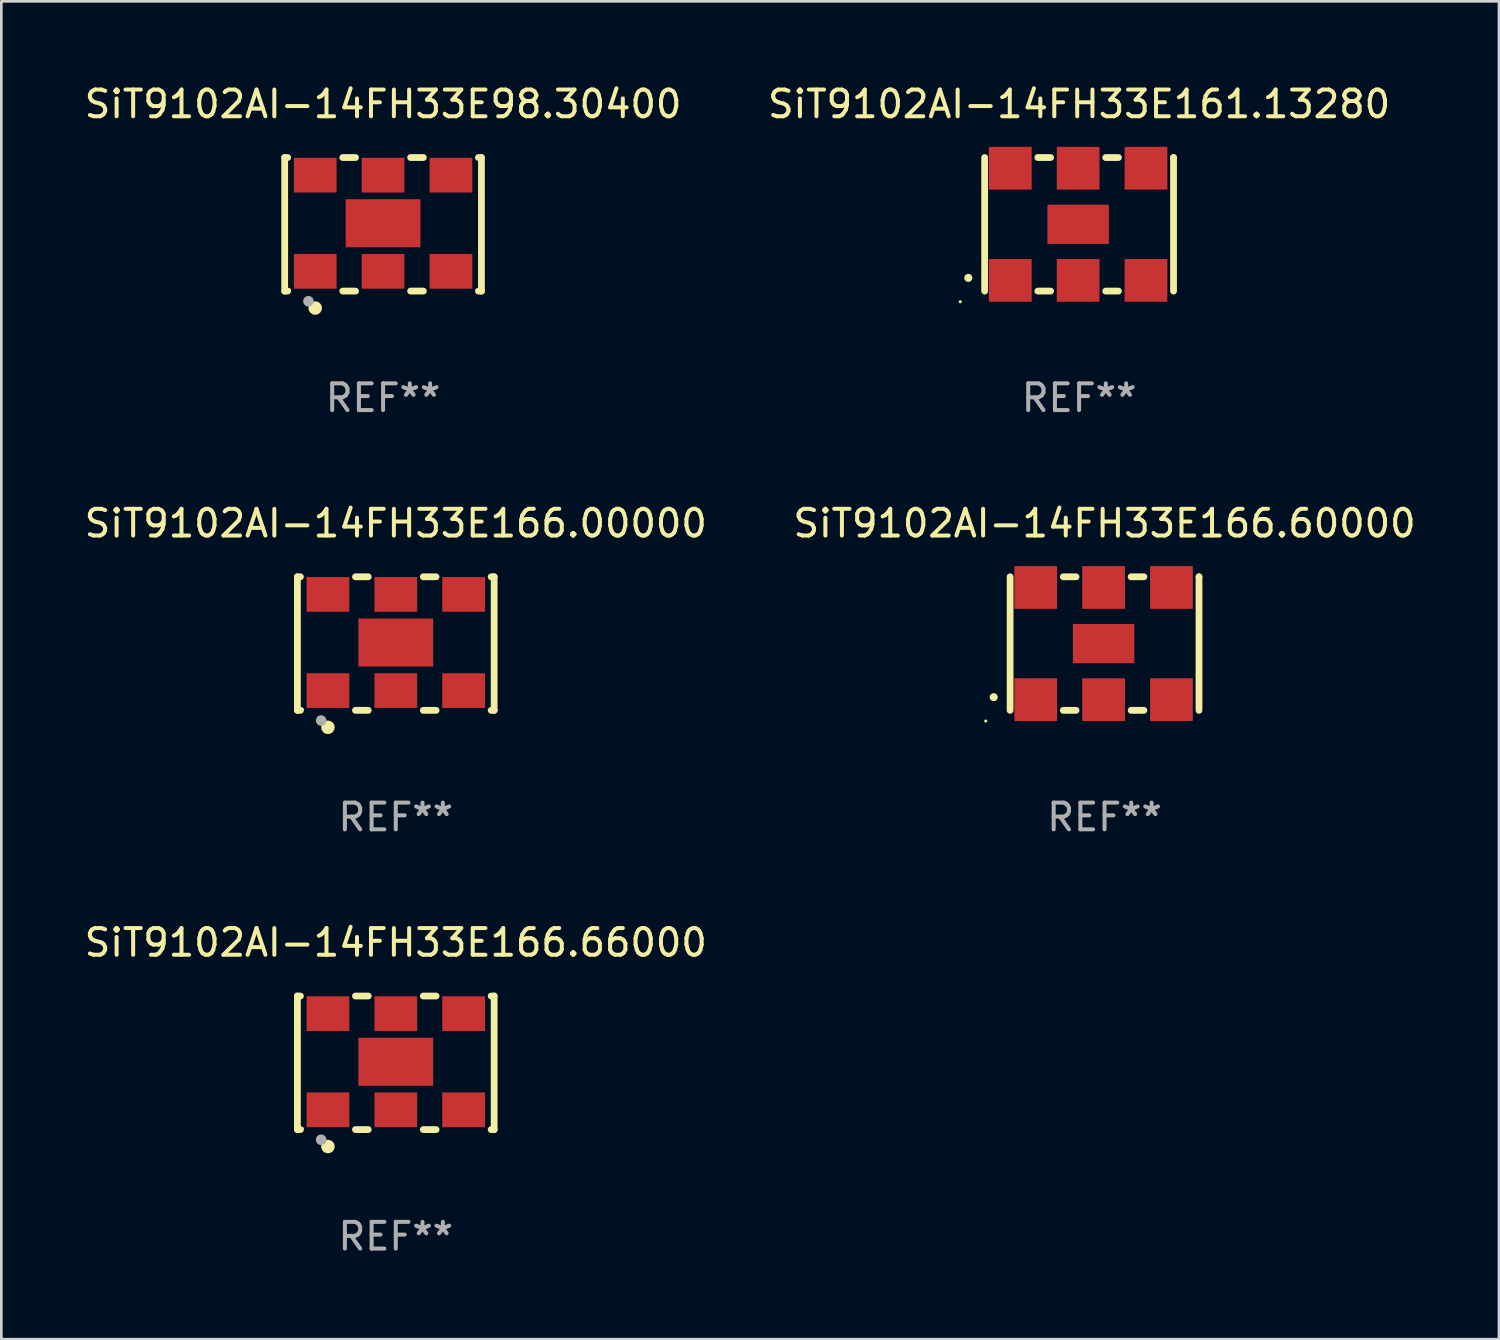
<source format=kicad_pcb>
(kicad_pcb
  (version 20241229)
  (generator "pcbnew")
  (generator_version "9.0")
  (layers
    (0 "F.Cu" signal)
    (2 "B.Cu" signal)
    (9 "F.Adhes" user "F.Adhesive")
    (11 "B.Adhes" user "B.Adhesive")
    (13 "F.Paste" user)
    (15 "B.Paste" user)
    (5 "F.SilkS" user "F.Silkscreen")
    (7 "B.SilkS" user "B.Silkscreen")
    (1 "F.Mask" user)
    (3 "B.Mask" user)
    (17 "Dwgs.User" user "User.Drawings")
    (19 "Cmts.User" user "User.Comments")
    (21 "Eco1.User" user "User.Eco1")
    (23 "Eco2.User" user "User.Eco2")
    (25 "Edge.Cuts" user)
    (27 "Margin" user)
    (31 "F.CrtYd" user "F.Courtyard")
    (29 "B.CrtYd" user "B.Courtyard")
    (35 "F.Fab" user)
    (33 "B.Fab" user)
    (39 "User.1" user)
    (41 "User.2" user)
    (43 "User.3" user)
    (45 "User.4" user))
  (footprint "SiT9102AI-14FH33E161.13280"
    (layer "F.Cu")
    (at 37.351 5.348)
    (property "Reference" "SiT9102AI-14FH33E161.13280" (at 0 -4.5 0) (layer "F.SilkS") (effects (font (size 1 1) (thickness 0.15))))
    (attr through_hole)
    (fp_line (start -3.536 -2.5) (end -3.536 2.5) (stroke (width 0.254) (type solid)) (layer "F.SilkS"))
    (fp_line (start -1.544 2.5) (end -1.067 2.5) (stroke (width 0.254) (type solid)) (layer "F.SilkS"))
    (fp_line (start -1.067 -2.5) (end -1.544 -2.5) (stroke (width 0.254) (type solid)) (layer "F.SilkS"))
    (fp_line (start 0.996 2.5) (end 1.473 2.5) (stroke (width 0.254) (type solid)) (layer "F.SilkS"))
    (fp_line (start 1.473 -2.5) (end 0.996 -2.5) (stroke (width 0.254) (type solid)) (layer "F.SilkS"))
    (fp_line (start 3.536 -2.5) (end 3.536 -2.5) (stroke (width 0.254) (type solid)) (layer "F.SilkS"))
    (fp_line (start 3.536 2.5) (end 3.536 -2.5) (stroke (width 0.254) (type solid)) (layer "F.SilkS"))
    (fp_arc (start -4.150432 2.006604) (mid -4.149162 2.006599) (end -4.147892 2.006604) (stroke (width 0.3) (type solid)) (layer "F.SilkS"))
    (fp_circle (center -4.449 2.9) (end -4.419 2.9) (stroke (width 0.06) (type solid)) (fill no) (layer "F.SilkS"))
    (fp_text user "REF**" (at 0 6.5 0) (layer "F.Fab") (effects (font (size 1 1) (thickness 0.15))))
    (pad "1" smd rect (at -2.576 2.1) (size 1.6 1.6) (layers "F.Cu" "F.Mask" "F.Paste"))
    (pad "2" smd rect (at -0.036 2.1) (size 1.6 1.6) (layers "F.Cu" "F.Mask" "F.Paste"))
    (pad "3" smd rect (at 2.504 2.1) (size 1.6 1.6) (layers "F.Cu" "F.Mask" "F.Paste"))
    (pad "4" smd rect (at 2.504 -2.1) (size 1.6 1.6) (layers "F.Cu" "F.Mask" "F.Paste"))
    (pad "5" smd rect (at -0.036 -2.1) (size 1.6 1.6) (layers "F.Cu" "F.Mask" "F.Paste"))
    (pad "6" smd rect (at -2.576 -2.1) (size 1.6 1.6) (layers "F.Cu" "F.Mask" "F.Paste"))
    (pad "7" smd rect (at -0.036 0) (size 2.3 1.47) (layers "F.Cu" "F.Mask" "F.Paste")))
  (footprint "SiT9102AI-14FH33E166.66000"
    (layer "F.Cu")
    (at 11.768 36.741)
    (property "Reference" "SiT9102AI-14FH33E166.66000" (at 0 -4.5 0) (layer "F.SilkS") (effects (font (size 1 1) (thickness 0.15))))
    (attr through_hole)
    (fp_line (start -3.683 -2.5) (end -3.571 -2.5) (stroke (width 0.254) (type solid)) (layer "F.SilkS"))
    (fp_line (start -3.683 2.5) (end -3.683 -2.5) (stroke (width 0.254) (type solid)) (layer "F.SilkS"))
    (fp_line (start -3.683 2.5) (end -3.571 2.5) (stroke (width 0.254) (type solid)) (layer "F.SilkS"))
    (fp_line (start -1.509 -2.5) (end -1.031 -2.5) (stroke (width 0.254) (type solid)) (layer "F.SilkS"))
    (fp_line (start -1.509 2.5) (end -1.031 2.5) (stroke (width 0.254) (type solid)) (layer "F.SilkS"))
    (fp_line (start 1.031 -2.5) (end 1.509 -2.5) (stroke (width 0.254) (type solid)) (layer "F.SilkS"))
    (fp_line (start 1.031 2.5) (end 1.509 2.5) (stroke (width 0.254) (type solid)) (layer "F.SilkS"))
    (fp_line (start 3.571 -2.5) (end 3.683 -2.5) (stroke (width 0.254) (type solid)) (layer "F.SilkS"))
    (fp_line (start 3.571 2.5) (end 3.683 2.5) (stroke (width 0.254) (type solid)) (layer "F.SilkS"))
    (fp_line (start 3.683 2.5) (end 3.683 -2.5) (stroke (width 0.254) (type solid)) (layer "F.SilkS"))
    (fp_circle (center -3.5 2.46) (end -3.47 2.46) (stroke (width 0.06) (type solid)) (fill no) (layer "F.SilkS"))
    (fp_circle (center -2.54 3.135) (end -2.413 3.135) (stroke (width 0.254) (type solid)) (fill no) (layer "F.SilkS"))
    (fp_circle (center -2.794 2.881) (end -2.694 2.881) (stroke (width 0.2) (type solid)) (fill no) (layer "F.Fab"))
    (fp_text user "REF**" (at 0 6.5 0) (layer "F.Fab") (effects (font (size 1 1) (thickness 0.15))))
    (pad "1" smd rect (at -2.54 1.76) (size 1.6 1.3) (layers "F.Cu" "F.Mask" "F.Paste"))
    (pad "2" smd rect (at 0 1.76) (size 1.6 1.3) (layers "F.Cu" "F.Mask" "F.Paste"))
    (pad "3" smd rect (at 2.54 1.76) (size 1.6 1.3) (layers "F.Cu" "F.Mask" "F.Paste"))
    (pad "4" smd rect (at 2.54 -1.84) (size 1.6 1.3) (layers "F.Cu" "F.Mask" "F.Paste"))
    (pad "5" smd rect (at 0 -1.84) (size 1.6 1.3) (layers "F.Cu" "F.Mask" "F.Paste"))
    (pad "6" smd rect (at -2.54 -1.84) (size 1.6 1.3) (layers "F.Cu" "F.Mask" "F.Paste"))
    (pad "7" smd rect (at 0 -0.04) (size 2.8 1.8) (layers "F.Cu" "F.Mask" "F.Paste")))
  (footprint "SiT9102AI-14FH33E166.00000"
    (layer "F.Cu")
    (at 11.768 21.045)
    (property "Reference" "SiT9102AI-14FH33E166.00000" (at 0 -4.5 0) (layer "F.SilkS") (effects (font (size 1 1) (thickness 0.15))))
    (attr through_hole)
    (fp_line (start -3.683 -2.5) (end -3.571 -2.5) (stroke (width 0.254) (type solid)) (layer "F.SilkS"))
    (fp_line (start -3.683 2.5) (end -3.683 -2.5) (stroke (width 0.254) (type solid)) (layer "F.SilkS"))
    (fp_line (start -3.683 2.5) (end -3.571 2.5) (stroke (width 0.254) (type solid)) (layer "F.SilkS"))
    (fp_line (start -1.509 -2.5) (end -1.031 -2.5) (stroke (width 0.254) (type solid)) (layer "F.SilkS"))
    (fp_line (start -1.509 2.5) (end -1.031 2.5) (stroke (width 0.254) (type solid)) (layer "F.SilkS"))
    (fp_line (start 1.031 -2.5) (end 1.509 -2.5) (stroke (width 0.254) (type solid)) (layer "F.SilkS"))
    (fp_line (start 1.031 2.5) (end 1.509 2.5) (stroke (width 0.254) (type solid)) (layer "F.SilkS"))
    (fp_line (start 3.571 -2.5) (end 3.683 -2.5) (stroke (width 0.254) (type solid)) (layer "F.SilkS"))
    (fp_line (start 3.571 2.5) (end 3.683 2.5) (stroke (width 0.254) (type solid)) (layer "F.SilkS"))
    (fp_line (start 3.683 2.5) (end 3.683 -2.5) (stroke (width 0.254) (type solid)) (layer "F.SilkS"))
    (fp_circle (center -3.5 2.46) (end -3.47 2.46) (stroke (width 0.06) (type solid)) (fill no) (layer "F.SilkS"))
    (fp_circle (center -2.54 3.135) (end -2.413 3.135) (stroke (width 0.254) (type solid)) (fill no) (layer "F.SilkS"))
    (fp_circle (center -2.794 2.881) (end -2.694 2.881) (stroke (width 0.2) (type solid)) (fill no) (layer "F.Fab"))
    (fp_text user "REF**" (at 0 6.5 0) (layer "F.Fab") (effects (font (size 1 1) (thickness 0.15))))
    (pad "1" smd rect (at -2.54 1.76) (size 1.6 1.3) (layers "F.Cu" "F.Mask" "F.Paste"))
    (pad "2" smd rect (at 0 1.76) (size 1.6 1.3) (layers "F.Cu" "F.Mask" "F.Paste"))
    (pad "3" smd rect (at 2.54 1.76) (size 1.6 1.3) (layers "F.Cu" "F.Mask" "F.Paste"))
    (pad "4" smd rect (at 2.54 -1.84) (size 1.6 1.3) (layers "F.Cu" "F.Mask" "F.Paste"))
    (pad "5" smd rect (at 0 -1.84) (size 1.6 1.3) (layers "F.Cu" "F.Mask" "F.Paste"))
    (pad "6" smd rect (at -2.54 -1.84) (size 1.6 1.3) (layers "F.Cu" "F.Mask" "F.Paste"))
    (pad "7" smd rect (at 0 -0.04) (size 2.8 1.8) (layers "F.Cu" "F.Mask" "F.Paste")))
  (footprint "SiT9102AI-14FH33E166.60000"
    (layer "F.Cu")
    (at 38.304 21.045)
    (property "Reference" "SiT9102AI-14FH33E166.60000" (at 0 -4.5 0) (layer "F.SilkS") (effects (font (size 1 1) (thickness 0.15))))
    (attr through_hole)
    (fp_line (start -3.536 -2.5) (end -3.536 2.5) (stroke (width 0.254) (type solid)) (layer "F.SilkS"))
    (fp_line (start -1.544 2.5) (end -1.067 2.5) (stroke (width 0.254) (type solid)) (layer "F.SilkS"))
    (fp_line (start -1.067 -2.5) (end -1.544 -2.5) (stroke (width 0.254) (type solid)) (layer "F.SilkS"))
    (fp_line (start 0.996 2.5) (end 1.473 2.5) (stroke (width 0.254) (type solid)) (layer "F.SilkS"))
    (fp_line (start 1.473 -2.5) (end 0.996 -2.5) (stroke (width 0.254) (type solid)) (layer "F.SilkS"))
    (fp_line (start 3.536 -2.5) (end 3.536 -2.5) (stroke (width 0.254) (type solid)) (layer "F.SilkS"))
    (fp_line (start 3.536 2.5) (end 3.536 -2.5) (stroke (width 0.254) (type solid)) (layer "F.SilkS"))
    (fp_arc (start -4.150432 2.006604) (mid -4.149162 2.006599) (end -4.147892 2.006604) (stroke (width 0.3) (type solid)) (layer "F.SilkS"))
    (fp_circle (center -4.449 2.9) (end -4.419 2.9) (stroke (width 0.06) (type solid)) (fill no) (layer "F.SilkS"))
    (fp_text user "REF**" (at 0 6.5 0) (layer "F.Fab") (effects (font (size 1 1) (thickness 0.15))))
    (pad "1" smd rect (at -2.576 2.1) (size 1.6 1.6) (layers "F.Cu" "F.Mask" "F.Paste"))
    (pad "2" smd rect (at -0.036 2.1) (size 1.6 1.6) (layers "F.Cu" "F.Mask" "F.Paste"))
    (pad "3" smd rect (at 2.504 2.1) (size 1.6 1.6) (layers "F.Cu" "F.Mask" "F.Paste"))
    (pad "4" smd rect (at 2.504 -2.1) (size 1.6 1.6) (layers "F.Cu" "F.Mask" "F.Paste"))
    (pad "5" smd rect (at -0.036 -2.1) (size 1.6 1.6) (layers "F.Cu" "F.Mask" "F.Paste"))
    (pad "6" smd rect (at -2.576 -2.1) (size 1.6 1.6) (layers "F.Cu" "F.Mask" "F.Paste"))
    (pad "7" smd rect (at -0.036 0) (size 2.3 1.47) (layers "F.Cu" "F.Mask" "F.Paste")))
  (footprint "SiT9102AI-14FH33E98.30400"
    (layer "F.Cu")
    (at 11.292 5.348)
    (property "Reference" "SiT9102AI-14FH33E98.30400" (at 0 -4.5 0) (layer "F.SilkS") (effects (font (size 1 1) (thickness 0.15))))
    (attr through_hole)
    (fp_line (start -3.683 -2.5) (end -3.571 -2.5) (stroke (width 0.254) (type solid)) (layer "F.SilkS"))
    (fp_line (start -3.683 2.5) (end -3.683 -2.5) (stroke (width 0.254) (type solid)) (layer "F.SilkS"))
    (fp_line (start -3.683 2.5) (end -3.571 2.5) (stroke (width 0.254) (type solid)) (layer "F.SilkS"))
    (fp_line (start -1.509 -2.5) (end -1.031 -2.5) (stroke (width 0.254) (type solid)) (layer "F.SilkS"))
    (fp_line (start -1.509 2.5) (end -1.031 2.5) (stroke (width 0.254) (type solid)) (layer "F.SilkS"))
    (fp_line (start 1.031 -2.5) (end 1.509 -2.5) (stroke (width 0.254) (type solid)) (layer "F.SilkS"))
    (fp_line (start 1.031 2.5) (end 1.509 2.5) (stroke (width 0.254) (type solid)) (layer "F.SilkS"))
    (fp_line (start 3.571 -2.5) (end 3.683 -2.5) (stroke (width 0.254) (type solid)) (layer "F.SilkS"))
    (fp_line (start 3.571 2.5) (end 3.683 2.5) (stroke (width 0.254) (type solid)) (layer "F.SilkS"))
    (fp_line (start 3.683 2.5) (end 3.683 -2.5) (stroke (width 0.254) (type solid)) (layer "F.SilkS"))
    (fp_circle (center -3.5 2.46) (end -3.47 2.46) (stroke (width 0.06) (type solid)) (fill no) (layer "F.SilkS"))
    (fp_circle (center -2.54 3.135) (end -2.413 3.135) (stroke (width 0.254) (type solid)) (fill no) (layer "F.SilkS"))
    (fp_circle (center -2.794 2.881) (end -2.694 2.881) (stroke (width 0.2) (type solid)) (fill no) (layer "F.Fab"))
    (fp_text user "REF**" (at 0 6.5 0) (layer "F.Fab") (effects (font (size 1 1) (thickness 0.15))))
    (pad "1" smd rect (at -2.54 1.76) (size 1.6 1.3) (layers "F.Cu" "F.Mask" "F.Paste"))
    (pad "2" smd rect (at 0 1.76) (size 1.6 1.3) (layers "F.Cu" "F.Mask" "F.Paste"))
    (pad "3" smd rect (at 2.54 1.76) (size 1.6 1.3) (layers "F.Cu" "F.Mask" "F.Paste"))
    (pad "4" smd rect (at 2.54 -1.84) (size 1.6 1.3) (layers "F.Cu" "F.Mask" "F.Paste"))
    (pad "5" smd rect (at 0 -1.84) (size 1.6 1.3) (layers "F.Cu" "F.Mask" "F.Paste"))
    (pad "6" smd rect (at -2.54 -1.84) (size 1.6 1.3) (layers "F.Cu" "F.Mask" "F.Paste"))
    (pad "7" smd rect (at 0 -0.04) (size 2.8 1.8) (layers "F.Cu" "F.Mask" "F.Paste")))
  (gr_rect
    (start -3 -3)
    (end 53.071 47.09)
    (stroke (width 0.1) (type default))
    (fill no)
    (layer "Edge.Cuts")))
</source>
